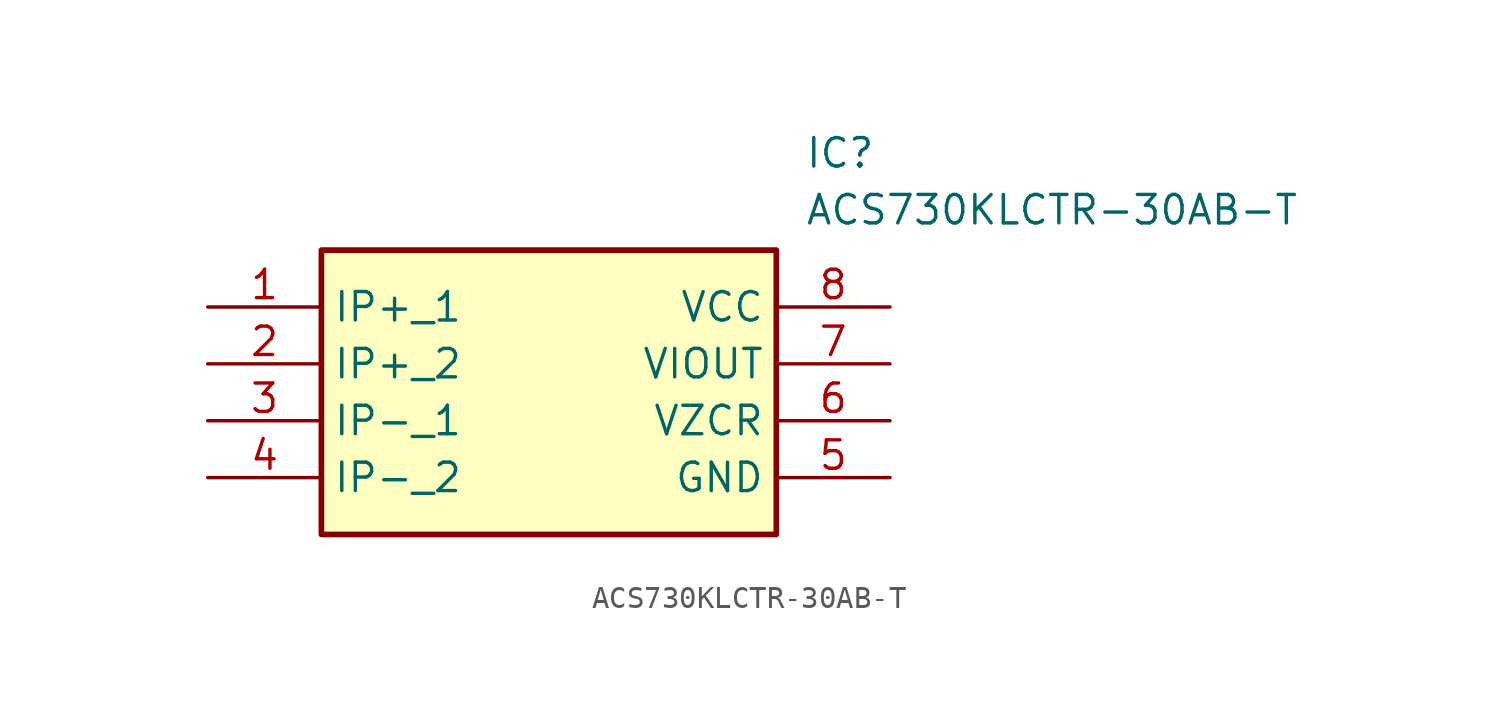
<source format=kicad_sym>
(kicad_symbol_lib
  (version 20211014)
  (generator SamacSys_ECAD_Model)
  (symbol "ACS730KLCTR-30AB-T"
    (property "Reference" "IC"
      (at 26.67 7.62 0)
      (effects (font (size 1.27 1.27)) (justify left top)))
    (property "Value" "ACS730KLCTR-30AB-T"
      (at 26.67 5.08 0)
      (effects (font (size 1.27 1.27)) (justify left top)))
    (rectangle
      (start 5.08 2.54)
      (end 25.4 -10.16)
      (stroke (width 0.254) (type default))
      (fill (type background)))
    (pin passive line
      (at 0 0 0)
      (length 5.08)
      (name "IP+_1" (effects (font (size 1.27 1.27))))
      (number "1" (effects (font (size 1.27 1.27)))))
    (pin passive line
      (at 0 -2.54 0)
      (length 5.08)
      (name "IP+_2" (effects (font (size 1.27 1.27))))
      (number "2" (effects (font (size 1.27 1.27)))))
    (pin passive line
      (at 0 -5.08 0)
      (length 5.08)
      (name "IP-_1" (effects (font (size 1.27 1.27))))
      (number "3" (effects (font (size 1.27 1.27)))))
    (pin passive line
      (at 0 -7.62 0)
      (length 5.08)
      (name "IP-_2" (effects (font (size 1.27 1.27))))
      (number "4" (effects (font (size 1.27 1.27)))))
    (pin passive line
      (at 30.48 0 180)
      (length 5.08)
      (name "VCC" (effects (font (size 1.27 1.27))))
      (number "8" (effects (font (size 1.27 1.27)))))
    (pin passive line
      (at 30.48 -2.54 180)
      (length 5.08)
      (name "VIOUT" (effects (font (size 1.27 1.27))))
      (number "7" (effects (font (size 1.27 1.27)))))
    (pin passive line
      (at 30.48 -5.08 180)
      (length 5.08)
      (name "VZCR" (effects (font (size 1.27 1.27))))
      (number "6" (effects (font (size 1.27 1.27)))))
    (pin passive line
      (at 30.48 -7.62 180)
      (length 5.08)
      (name "GND" (effects (font (size 1.27 1.27))))
      (number "5" (effects (font (size 1.27 1.27)))))))
</source>
